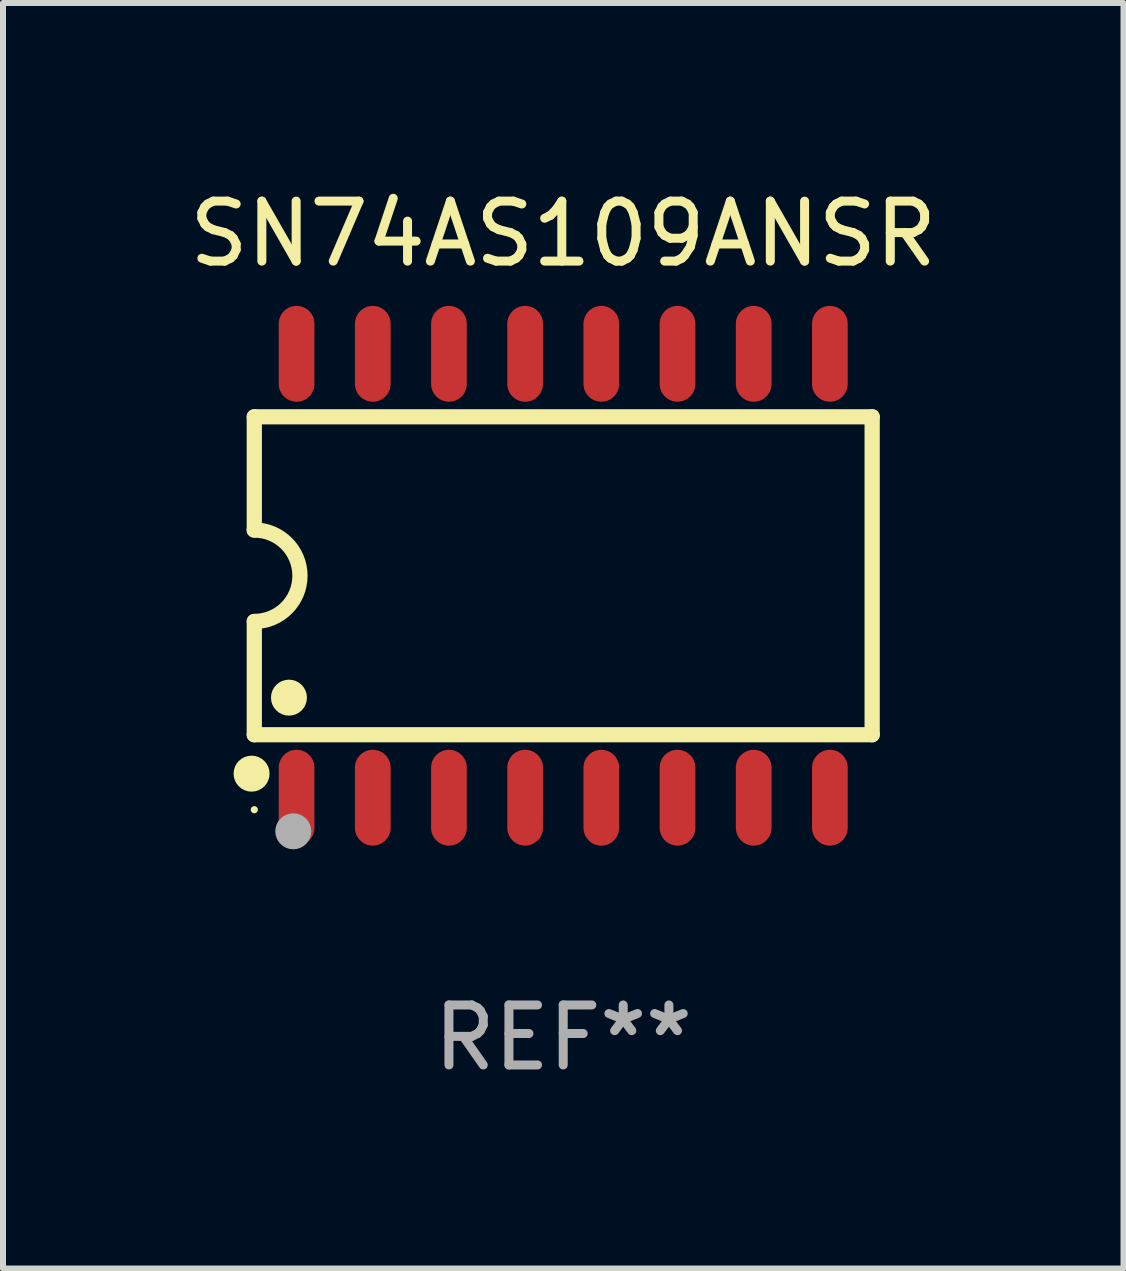
<source format=kicad_pcb>
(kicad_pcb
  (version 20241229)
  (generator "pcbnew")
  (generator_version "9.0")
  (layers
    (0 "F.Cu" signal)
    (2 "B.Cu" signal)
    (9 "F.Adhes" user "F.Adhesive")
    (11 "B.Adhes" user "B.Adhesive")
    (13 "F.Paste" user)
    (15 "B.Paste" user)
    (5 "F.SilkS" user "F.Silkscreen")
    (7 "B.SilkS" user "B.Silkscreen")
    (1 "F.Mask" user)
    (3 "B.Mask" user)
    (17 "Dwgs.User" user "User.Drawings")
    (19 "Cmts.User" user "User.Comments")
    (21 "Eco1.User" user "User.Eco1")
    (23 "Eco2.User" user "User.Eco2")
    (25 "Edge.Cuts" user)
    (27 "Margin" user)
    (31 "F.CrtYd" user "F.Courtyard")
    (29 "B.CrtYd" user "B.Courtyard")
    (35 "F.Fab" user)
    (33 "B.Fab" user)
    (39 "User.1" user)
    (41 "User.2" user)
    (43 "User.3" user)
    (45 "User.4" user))
  (footprint "SN74AS109ANSR"
    (layer "F.Cu")
    (at 6.339 6.548)
    (property "Reference" "SN74AS109ANSR" (at 0 -5.7 0) (layer "F.SilkS") (effects (font (size 1 1) (thickness 0.15))))
    (attr through_hole)
    (fp_line (start -5.15 -2.65) (end -5.15 -0.762) (stroke (width 0.254) (type solid)) (layer "F.SilkS"))
    (fp_line (start -5.15 -2.65) (end 5.15 -2.65) (stroke (width 0.254) (type solid)) (layer "F.SilkS"))
    (fp_line (start -5.15 2.65) (end -5.15 0.762) (stroke (width 0.254) (type solid)) (layer "F.SilkS"))
    (fp_line (start 5.15 -2.65) (end 5.15 2.65) (stroke (width 0.254) (type solid)) (layer "F.SilkS"))
    (fp_line (start 5.15 2.65) (end -5.15 2.65) (stroke (width 0.254) (type solid)) (layer "F.SilkS"))
    (fp_arc (start -5.151131 -0.762003) (mid -4.389128 -0.000559) (end -5.150013 0.762002) (stroke (width 0.254001) (type solid)) (layer "F.SilkS"))
    (fp_circle (center -5.195 3.299) (end -5.045 3.299) (stroke (width 0.3) (type solid)) (fill no) (layer "F.SilkS"))
    (fp_circle (center -5.15 3.9) (end -5.12 3.9) (stroke (width 0.06) (type solid)) (fill no) (layer "F.SilkS"))
    (fp_circle (center -4.572 2.032) (end -4.422 2.032) (stroke (width 0.3) (type solid)) (fill no) (layer "F.SilkS"))
    (fp_circle (center -4.5 4.26) (end -4.35 4.26) (stroke (width 0.3) (type solid)) (fill no) (layer "F.Fab"))
    (fp_text user "REF**" (at 0 7.7 0) (layer "F.Fab") (effects (font (size 1 1) (thickness 0.15))))
    (pad "1" smd oval (at -4.445 3.7) (size 0.595 1.598) (layers "F.Cu" "F.Mask" "F.Paste"))
    (pad "2" smd oval (at -3.175 3.7) (size 0.595 1.598) (layers "F.Cu" "F.Mask" "F.Paste"))
    (pad "3" smd oval (at -1.905 3.7) (size 0.595 1.598) (layers "F.Cu" "F.Mask" "F.Paste"))
    (pad "4" smd oval (at -0.635 3.7) (size 0.595 1.598) (layers "F.Cu" "F.Mask" "F.Paste"))
    (pad "5" smd oval (at 0.635 3.7) (size 0.595 1.598) (layers "F.Cu" "F.Mask" "F.Paste"))
    (pad "6" smd oval (at 1.905 3.7) (size 0.595 1.598) (layers "F.Cu" "F.Mask" "F.Paste"))
    (pad "7" smd oval (at 3.175 3.7) (size 0.595 1.598) (layers "F.Cu" "F.Mask" "F.Paste"))
    (pad "8" smd oval (at 4.445 3.7) (size 0.595 1.598) (layers "F.Cu" "F.Mask" "F.Paste"))
    (pad "9" smd oval (at 4.445 -3.7) (size 0.595 1.598) (layers "F.Cu" "F.Mask" "F.Paste"))
    (pad "10" smd oval (at 3.175 -3.7) (size 0.595 1.598) (layers "F.Cu" "F.Mask" "F.Paste"))
    (pad "11" smd oval (at 1.905 -3.7) (size 0.595 1.598) (layers "F.Cu" "F.Mask" "F.Paste"))
    (pad "12" smd oval (at 0.635 -3.7) (size 0.595 1.598) (layers "F.Cu" "F.Mask" "F.Paste"))
    (pad "13" smd oval (at -0.635 -3.7) (size 0.595 1.598) (layers "F.Cu" "F.Mask" "F.Paste"))
    (pad "14" smd oval (at -1.905 -3.7) (size 0.595 1.598) (layers "F.Cu" "F.Mask" "F.Paste"))
    (pad "15" smd oval (at -3.175 -3.7) (size 0.595 1.598) (layers "F.Cu" "F.Mask" "F.Paste"))
    (pad "16" smd oval (at -4.445 -3.7) (size 0.595 1.598) (layers "F.Cu" "F.Mask" "F.Paste")))
  (gr_rect
    (start -3 -3)
    (end 15.679 18.097)
    (stroke (width 0.1) (type default))
    (fill no)
    (layer "Edge.Cuts")))
</source>
